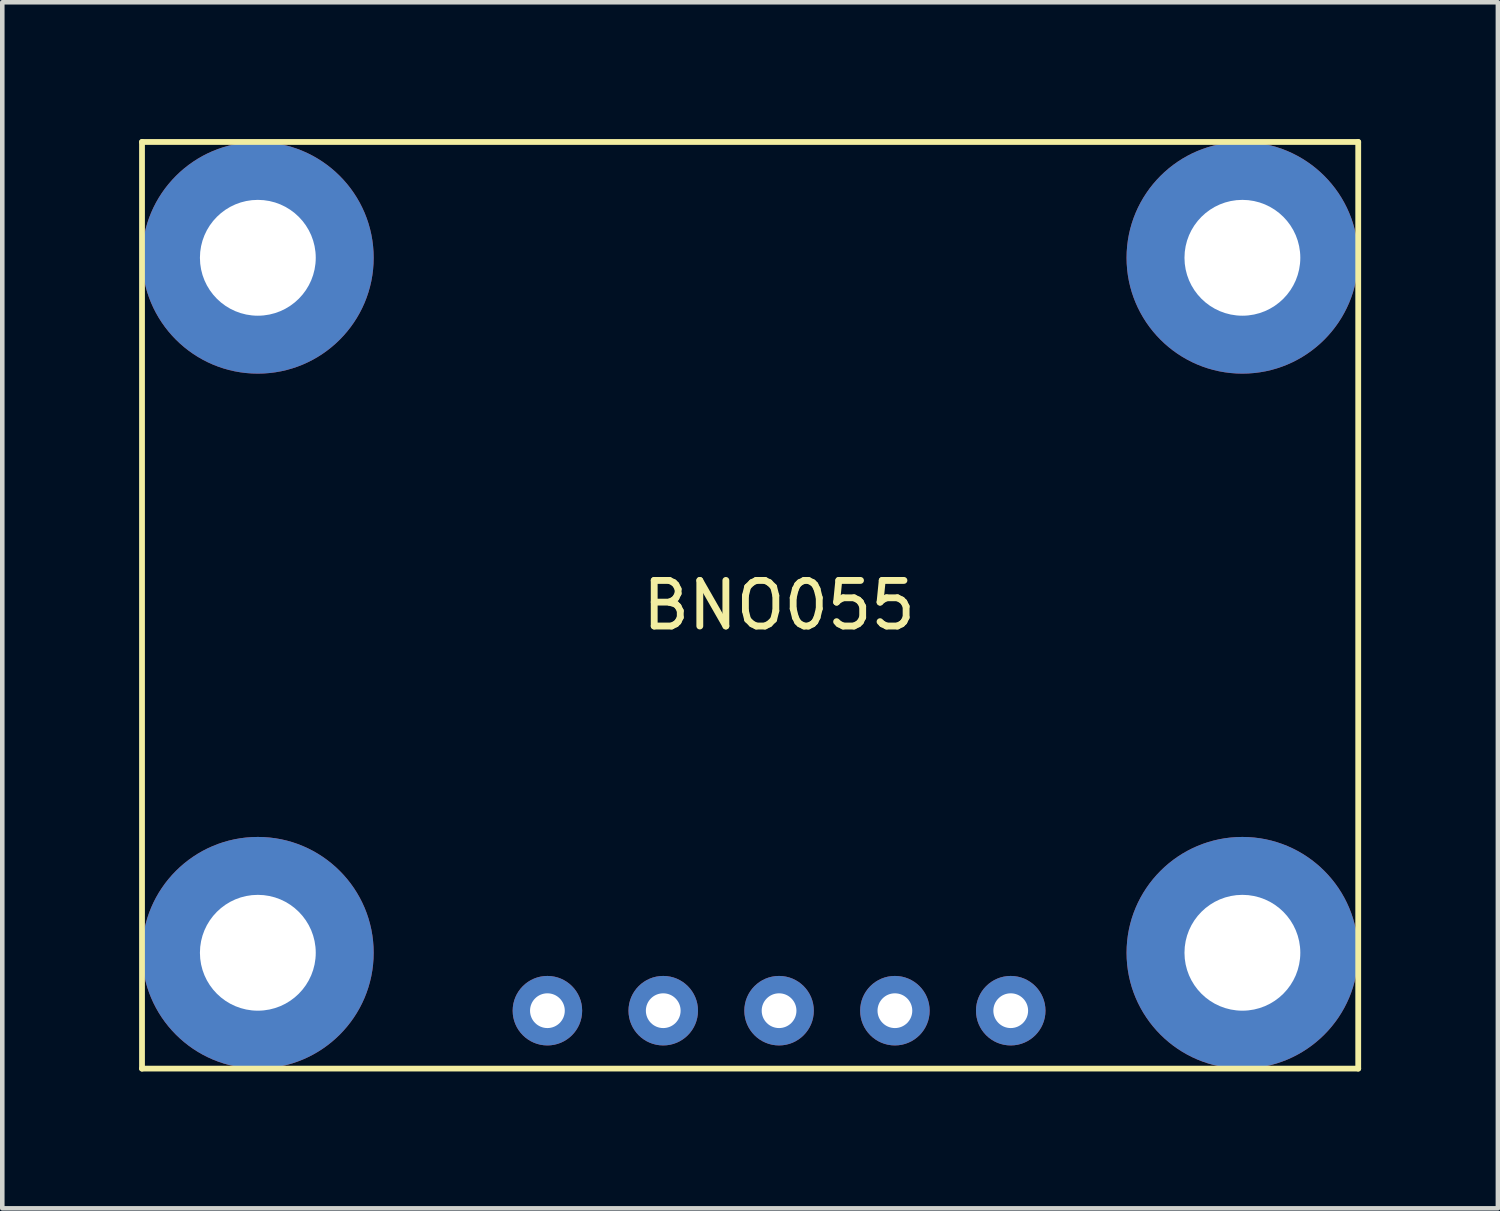
<source format=kicad_pcb>
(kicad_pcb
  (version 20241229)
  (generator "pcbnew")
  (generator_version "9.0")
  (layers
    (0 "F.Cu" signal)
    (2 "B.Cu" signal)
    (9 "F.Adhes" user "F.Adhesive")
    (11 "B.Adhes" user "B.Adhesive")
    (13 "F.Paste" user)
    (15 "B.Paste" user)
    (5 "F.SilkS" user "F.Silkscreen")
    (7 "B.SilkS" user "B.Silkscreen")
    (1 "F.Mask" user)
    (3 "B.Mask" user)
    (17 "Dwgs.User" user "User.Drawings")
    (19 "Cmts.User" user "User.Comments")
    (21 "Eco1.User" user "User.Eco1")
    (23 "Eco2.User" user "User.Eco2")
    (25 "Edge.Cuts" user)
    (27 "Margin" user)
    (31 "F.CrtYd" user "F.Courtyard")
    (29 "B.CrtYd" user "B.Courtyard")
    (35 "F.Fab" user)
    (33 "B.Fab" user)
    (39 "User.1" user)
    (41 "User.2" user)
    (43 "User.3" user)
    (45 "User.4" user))
  (footprint "BNO055"
    (layer "F.Cu")
    (at 14.034 10.223)
    (property "Reference" "BNO055" (at 0 0 0) (layer "F.SilkS") (effects (font (size 1 1) (thickness 0.15))))
    (attr through_hole)
    (fp_line (start -13.97 -10.16) (end -13.97 10.16) (stroke (width 0.127) (type solid)) (layer "F.SilkS"))
    (fp_line (start -13.97 10.16) (end 12.7 10.16) (stroke (width 0.127) (type solid)) (layer "F.SilkS"))
    (fp_line (start 12.7 -10.16) (end -13.97 -10.16) (stroke (width 0.127) (type solid)) (layer "F.SilkS"))
    (fp_line (start 12.7 10.16) (end 12.7 -10.16) (stroke (width 0.127) (type solid)) (layer "F.SilkS"))
    (pad "" thru_hole circle (at -11.43 -7.62) (size 5.08 5.08) (drill 2.54) (layers "*.Cu" "*.Mask"))
    (pad "" thru_hole circle (at -11.43 7.62) (size 5.08 5.08) (drill 2.54) (layers "*.Cu" "*.Mask"))
    (pad "" thru_hole circle (at 10.16 -7.62) (size 5.08 5.08) (drill 2.54) (layers "*.Cu" "*.Mask"))
    (pad "" thru_hole circle (at 10.16 7.62) (size 5.08 5.08) (drill 2.54) (layers "*.Cu" "*.Mask"))
    (pad "1" thru_hole circle (at -5.08 8.89) (size 1.524 1.524) (drill 0.762) (layers "*.Cu" "*.Mask"))
    (pad "2" thru_hole circle (at -2.54 8.89) (size 1.524 1.524) (drill 0.762) (layers "*.Cu" "*.Mask"))
    (pad "3" thru_hole circle (at 0 8.89) (size 1.524 1.524) (drill 0.762) (layers "*.Cu" "*.Mask"))
    (pad "4" thru_hole circle (at 2.54 8.89) (size 1.524 1.524) (drill 0.762) (layers "*.Cu" "*.Mask"))
    (pad "5" thru_hole circle (at 5.08 8.89) (size 1.524 1.524) (drill 0.762) (layers "*.Cu" "*.Mask")))
  (gr_rect
    (start -3 -3)
    (end 29.797 23.447)
    (stroke (width 0.1) (type default))
    (fill no)
    (layer "Edge.Cuts")))
</source>
